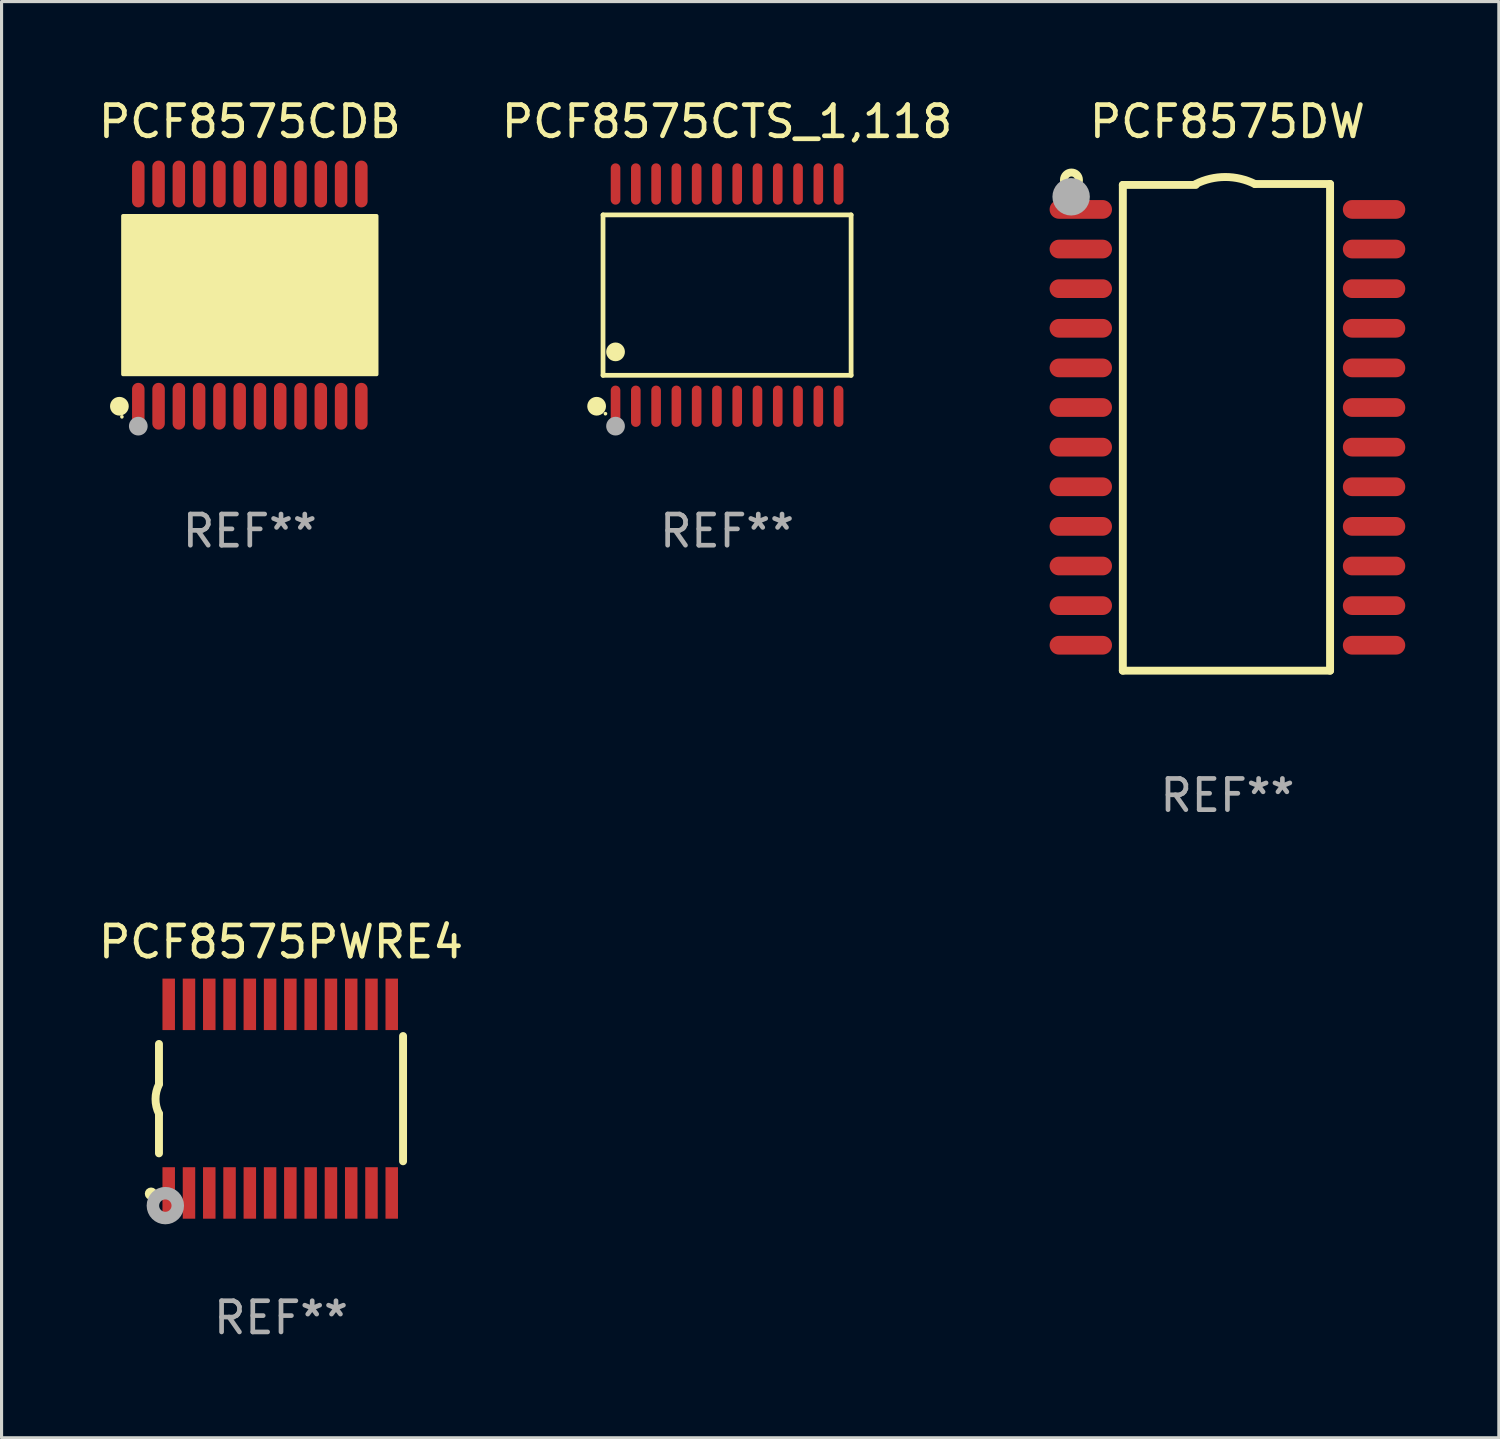
<source format=kicad_pcb>
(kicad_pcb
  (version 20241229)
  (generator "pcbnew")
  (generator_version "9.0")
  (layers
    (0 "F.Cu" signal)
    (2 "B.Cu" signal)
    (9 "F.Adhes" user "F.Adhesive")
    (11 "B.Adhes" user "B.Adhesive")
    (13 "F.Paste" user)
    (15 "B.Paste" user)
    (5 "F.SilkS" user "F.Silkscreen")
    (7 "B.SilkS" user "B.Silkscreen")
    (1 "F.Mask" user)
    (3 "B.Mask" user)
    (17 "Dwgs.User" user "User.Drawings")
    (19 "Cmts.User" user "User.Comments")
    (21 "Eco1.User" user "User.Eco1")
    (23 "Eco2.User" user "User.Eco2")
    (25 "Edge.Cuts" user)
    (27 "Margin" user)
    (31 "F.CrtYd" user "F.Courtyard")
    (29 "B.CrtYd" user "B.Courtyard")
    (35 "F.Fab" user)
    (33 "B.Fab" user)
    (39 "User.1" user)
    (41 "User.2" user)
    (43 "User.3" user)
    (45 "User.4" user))
  (footprint "PCF8575DW"
    (layer "F.Cu")
    (at 36.295 10.648)
    (property "Reference" "PCF8575DW" (at 0 -9.8 0) (layer "F.SilkS") (effects (font (size 1 1) (thickness 0.15))))
    (attr through_hole)
    (fp_line (start -3.353 -7.77) (end -1.016 -7.77) (stroke (width 0.254) (type solid)) (layer "F.SilkS"))
    (fp_line (start -3.353 7.8) (end -3.353 -7.77) (stroke (width 0.254) (type solid)) (layer "F.SilkS"))
    (fp_line (start 0.881 -7.8) (end 3.29 -7.8) (stroke (width 0.254) (type solid)) (layer "F.SilkS"))
    (fp_line (start 3.29 -7.8) (end 3.29 7.8) (stroke (width 0.254) (type solid)) (layer "F.SilkS"))
    (fp_line (start 3.29 7.8) (end -3.353 7.8) (stroke (width 0.254) (type solid)) (layer "F.SilkS"))
    (fp_arc (start -1.015951 -7.800025) (mid -0.067691 -8.023879) (end 0.880569 -7.800025) (stroke (width 0.254001) (type solid)) (layer "F.SilkS"))
    (fp_circle (center -5 -7.927) (end -4.886 -7.927) (stroke (width 0.254) (type solid)) (fill no) (layer "F.SilkS"))
    (fp_circle (center -5.01 -7.39) (end -4.71 -7.39) (stroke (width 0.6) (type solid)) (fill no) (layer "F.Fab"))
    (fp_text user "REF**" (at 0 11.8 0) (layer "F.Fab") (effects (font (size 1 1) (thickness 0.15))))
    (pad "1" smd oval (at -4.7 -6.985 270) (size 0.6 2) (layers "F.Cu" "F.Mask" "F.Paste"))
    (pad "2" smd oval (at -4.7 -5.715 270) (size 0.6 2) (layers "F.Cu" "F.Mask" "F.Paste"))
    (pad "3" smd oval (at -4.7 -4.445 270) (size 0.6 2) (layers "F.Cu" "F.Mask" "F.Paste"))
    (pad "4" smd oval (at -4.7 -3.175 270) (size 0.6 2) (layers "F.Cu" "F.Mask" "F.Paste"))
    (pad "5" smd oval (at -4.7 -1.905 270) (size 0.6 2) (layers "F.Cu" "F.Mask" "F.Paste"))
    (pad "6" smd oval (at -4.7 -0.635 270) (size 0.6 2) (layers "F.Cu" "F.Mask" "F.Paste"))
    (pad "7" smd oval (at -4.7 0.635 270) (size 0.6 2) (layers "F.Cu" "F.Mask" "F.Paste"))
    (pad "8" smd oval (at -4.7 1.905 270) (size 0.6 2) (layers "F.Cu" "F.Mask" "F.Paste"))
    (pad "9" smd oval (at -4.7 3.175 270) (size 0.6 2) (layers "F.Cu" "F.Mask" "F.Paste"))
    (pad "10" smd oval (at -4.7 4.445 270) (size 0.6 2) (layers "F.Cu" "F.Mask" "F.Paste"))
    (pad "11" smd oval (at -4.7 5.715 270) (size 0.6 2) (layers "F.Cu" "F.Mask" "F.Paste"))
    (pad "12" smd oval (at -4.7 6.985 270) (size 0.6 2) (layers "F.Cu" "F.Mask" "F.Paste"))
    (pad "13" smd oval (at 4.7 6.985 270) (size 0.6 2) (layers "F.Cu" "F.Mask" "F.Paste"))
    (pad "14" smd oval (at 4.7 5.715 270) (size 0.6 2) (layers "F.Cu" "F.Mask" "F.Paste"))
    (pad "15" smd oval (at 4.7 4.445 270) (size 0.6 2) (layers "F.Cu" "F.Mask" "F.Paste"))
    (pad "16" smd oval (at 4.7 3.175 270) (size 0.6 2) (layers "F.Cu" "F.Mask" "F.Paste"))
    (pad "17" smd oval (at 4.7 1.905 270) (size 0.6 2) (layers "F.Cu" "F.Mask" "F.Paste"))
    (pad "18" smd oval (at 4.7 0.635 270) (size 0.6 2) (layers "F.Cu" "F.Mask" "F.Paste"))
    (pad "19" smd oval (at 4.7 -0.635 270) (size 0.6 2) (layers "F.Cu" "F.Mask" "F.Paste"))
    (pad "20" smd oval (at 4.7 -1.905 270) (size 0.6 2) (layers "F.Cu" "F.Mask" "F.Paste"))
    (pad "21" smd oval (at 4.7 -3.175 270) (size 0.6 2) (layers "F.Cu" "F.Mask" "F.Paste"))
    (pad "22" smd oval (at 4.7 -4.445 270) (size 0.6 2) (layers "F.Cu" "F.Mask" "F.Paste"))
    (pad "23" smd oval (at 4.7 -5.715 270) (size 0.6 2) (layers "F.Cu" "F.Mask" "F.Paste"))
    (pad "24" smd oval (at 4.7 -6.985 270) (size 0.6 2) (layers "F.Cu" "F.Mask" "F.Paste")))
  (footprint "PCF8575PWRE4"
    (layer "F.Cu")
    (at 5.958 32.167)
    (property "Reference" "PCF8575PWRE4" (at 0 -5.023 0) (layer "F.SilkS") (effects (font (size 1 1) (thickness 0.15))))
    (attr through_hole)
    (fp_line (start -3.912 -0.483) (end -3.912 -1.753) (stroke (width 0.254) (type solid)) (layer "F.SilkS"))
    (fp_line (start -3.912 1.753) (end -3.912 0.483) (stroke (width 0.254) (type solid)) (layer "F.SilkS"))
    (fp_line (start 3.912 -2.007) (end 3.912 2.007) (stroke (width 0.254) (type solid)) (layer "F.SilkS"))
    (fp_arc (start -3.911608 0.482601) (mid -4.022537 0.0127) (end -3.911608 -0.457201) (stroke (width 0.254001) (type solid)) (layer "F.SilkS"))
    (fp_circle (center -4.166 3.048) (end -4.066 3.048) (stroke (width 0.2) (type solid)) (fill no) (layer "F.SilkS"))
    (fp_circle (center -3.925 3.186) (end -3.895 3.186) (stroke (width 0.06) (type solid)) (fill no) (layer "F.SilkS"))
    (fp_circle (center -3.708 3.429) (end -3.509 3.429) (stroke (width 0.4) (type solid)) (fill no) (layer "F.Fab"))
    (fp_text user "REF**" (at 0 7.023 0) (layer "F.Fab") (effects (font (size 1 1) (thickness 0.15))))
    (pad "1" smd rect (at -3.6 3.023) (size 0.4 1.65) (layers "F.Cu" "F.Mask" "F.Paste"))
    (pad "2" smd rect (at -2.95 3.023) (size 0.4 1.65) (layers "F.Cu" "F.Mask" "F.Paste"))
    (pad "3" smd rect (at -2.3 3.023) (size 0.4 1.65) (layers "F.Cu" "F.Mask" "F.Paste"))
    (pad "4" smd rect (at -1.65 3.023) (size 0.4 1.65) (layers "F.Cu" "F.Mask" "F.Paste"))
    (pad "5" smd rect (at -1 3.023) (size 0.4 1.65) (layers "F.Cu" "F.Mask" "F.Paste"))
    (pad "6" smd rect (at -0.35 3.023) (size 0.4 1.65) (layers "F.Cu" "F.Mask" "F.Paste"))
    (pad "7" smd rect (at 0.299 3.023) (size 0.4 1.65) (layers "F.Cu" "F.Mask" "F.Paste"))
    (pad "8" smd rect (at 0.95 3.023) (size 0.4 1.65) (layers "F.Cu" "F.Mask" "F.Paste"))
    (pad "9" smd rect (at 1.6 3.023) (size 0.4 1.65) (layers "F.Cu" "F.Mask" "F.Paste"))
    (pad "10" smd rect (at 2.25 3.023) (size 0.4 1.65) (layers "F.Cu" "F.Mask" "F.Paste"))
    (pad "11" smd rect (at 2.9 3.023) (size 0.4 1.65) (layers "F.Cu" "F.Mask" "F.Paste"))
    (pad "12" smd rect (at 3.549 3.023) (size 0.4 1.65) (layers "F.Cu" "F.Mask" "F.Paste"))
    (pad "13" smd rect (at 3.549 -3.023) (size 0.4 1.65) (layers "F.Cu" "F.Mask" "F.Paste"))
    (pad "14" smd rect (at 2.9 -3.023) (size 0.4 1.65) (layers "F.Cu" "F.Mask" "F.Paste"))
    (pad "15" smd rect (at 2.25 -3.023) (size 0.4 1.65) (layers "F.Cu" "F.Mask" "F.Paste"))
    (pad "16" smd rect (at 1.6 -3.023) (size 0.4 1.65) (layers "F.Cu" "F.Mask" "F.Paste"))
    (pad "17" smd rect (at 0.95 -3.023) (size 0.4 1.65) (layers "F.Cu" "F.Mask" "F.Paste"))
    (pad "18" smd rect (at 0.299 -3.023) (size 0.4 1.65) (layers "F.Cu" "F.Mask" "F.Paste"))
    (pad "19" smd rect (at -0.35 -3.023) (size 0.4 1.65) (layers "F.Cu" "F.Mask" "F.Paste"))
    (pad "20" smd rect (at -1 -3.023) (size 0.4 1.65) (layers "F.Cu" "F.Mask" "F.Paste"))
    (pad "21" smd rect (at -1.65 -3.023) (size 0.4 1.65) (layers "F.Cu" "F.Mask" "F.Paste"))
    (pad "22" smd rect (at -2.3 -3.023) (size 0.4 1.65) (layers "F.Cu" "F.Mask" "F.Paste"))
    (pad "23" smd rect (at -2.95 -3.023) (size 0.4 1.65) (layers "F.Cu" "F.Mask" "F.Paste"))
    (pad "24" smd rect (at -3.6 -3.023) (size 0.4 1.65) (layers "F.Cu" "F.Mask" "F.Paste")))
  (footprint "PCF8575CTS_1,118"
    (layer "F.Cu")
    (at 20.256 6.41)
    (property "Reference" "PCF8575CTS_1,118" (at 0 -5.562 0) (layer "F.SilkS") (effects (font (size 1 1) (thickness 0.15))))
    (attr through_hole)
    (fp_line (start -3.976 -2.571) (end 3.976 -2.571) (stroke (width 0.152) (type solid)) (layer "F.SilkS"))
    (fp_line (start -3.976 2.571) (end -3.976 -2.571) (stroke (width 0.152) (type solid)) (layer "F.SilkS"))
    (fp_line (start 3.976 -2.571) (end 3.976 2.571) (stroke (width 0.152) (type solid)) (layer "F.SilkS"))
    (fp_line (start 3.976 2.571) (end -3.976 2.571) (stroke (width 0.152) (type solid)) (layer "F.SilkS"))
    (fp_circle (center -4.181 3.562) (end -4.031 3.562) (stroke (width 0.3) (type solid)) (fill no) (layer "F.SilkS"))
    (fp_circle (center -3.9 3.8) (end -3.87 3.8) (stroke (width 0.06) (type solid)) (fill no) (layer "F.SilkS"))
    (fp_circle (center -3.575 1.819) (end -3.425 1.819) (stroke (width 0.3) (type solid)) (fill no) (layer "F.SilkS"))
    (fp_circle (center -3.575 4.2) (end -3.425 4.2) (stroke (width 0.3) (type solid)) (fill no) (layer "F.Fab"))
    (fp_text user "REF**" (at 0 7.562 0) (layer "F.Fab") (effects (font (size 1 1) (thickness 0.15))))
    (pad "1" smd oval (at -3.575 3.562) (size 0.308 1.324) (layers "F.Cu" "F.Mask" "F.Paste"))
    (pad "2" smd oval (at -2.925 3.562) (size 0.308 1.324) (layers "F.Cu" "F.Mask" "F.Paste"))
    (pad "3" smd oval (at -2.275 3.562) (size 0.308 1.324) (layers "F.Cu" "F.Mask" "F.Paste"))
    (pad "4" smd oval (at -1.625 3.562) (size 0.308 1.324) (layers "F.Cu" "F.Mask" "F.Paste"))
    (pad "5" smd oval (at -0.975 3.562) (size 0.308 1.324) (layers "F.Cu" "F.Mask" "F.Paste"))
    (pad "6" smd oval (at -0.325 3.562) (size 0.308 1.324) (layers "F.Cu" "F.Mask" "F.Paste"))
    (pad "7" smd oval (at 0.325 3.562) (size 0.308 1.324) (layers "F.Cu" "F.Mask" "F.Paste"))
    (pad "8" smd oval (at 0.975 3.562) (size 0.308 1.324) (layers "F.Cu" "F.Mask" "F.Paste"))
    (pad "9" smd oval (at 1.625 3.562) (size 0.308 1.324) (layers "F.Cu" "F.Mask" "F.Paste"))
    (pad "10" smd oval (at 2.275 3.562) (size 0.308 1.324) (layers "F.Cu" "F.Mask" "F.Paste"))
    (pad "11" smd oval (at 2.925 3.562) (size 0.308 1.324) (layers "F.Cu" "F.Mask" "F.Paste"))
    (pad "12" smd oval (at 3.575 3.562) (size 0.308 1.324) (layers "F.Cu" "F.Mask" "F.Paste"))
    (pad "13" smd oval (at 3.575 -3.562) (size 0.308 1.324) (layers "F.Cu" "F.Mask" "F.Paste"))
    (pad "14" smd oval (at 2.925 -3.562) (size 0.308 1.324) (layers "F.Cu" "F.Mask" "F.Paste"))
    (pad "15" smd oval (at 2.275 -3.562) (size 0.308 1.324) (layers "F.Cu" "F.Mask" "F.Paste"))
    (pad "16" smd oval (at 1.625 -3.562) (size 0.308 1.324) (layers "F.Cu" "F.Mask" "F.Paste"))
    (pad "17" smd oval (at 0.975 -3.562) (size 0.308 1.324) (layers "F.Cu" "F.Mask" "F.Paste"))
    (pad "18" smd oval (at 0.325 -3.562) (size 0.308 1.324) (layers "F.Cu" "F.Mask" "F.Paste"))
    (pad "19" smd oval (at -0.325 -3.562) (size 0.308 1.324) (layers "F.Cu" "F.Mask" "F.Paste"))
    (pad "20" smd oval (at -0.975 -3.562) (size 0.308 1.324) (layers "F.Cu" "F.Mask" "F.Paste"))
    (pad "21" smd oval (at -1.625 -3.562) (size 0.308 1.324) (layers "F.Cu" "F.Mask" "F.Paste"))
    (pad "22" smd oval (at -2.275 -3.562) (size 0.308 1.324) (layers "F.Cu" "F.Mask" "F.Paste"))
    (pad "23" smd oval (at -2.925 -3.562) (size 0.308 1.324) (layers "F.Cu" "F.Mask" "F.Paste"))
    (pad "24" smd oval (at -3.575 -3.562) (size 0.308 1.324) (layers "F.Cu" "F.Mask" "F.Paste")))
  (footprint "PCF8575CDB"
    (layer "F.Cu")
    (at 4.958 6.41)
    (property "Reference" "PCF8575CDB" (at 0 -5.562 0) (layer "F.SilkS") (effects (font (size 1 1) (thickness 0.15))))
    (attr through_hole)
    (fp_circle (center -4.181 3.562) (end -4.031 3.562) (stroke (width 0.3) (type solid)) (fill no) (layer "F.SilkS"))
    (fp_circle (center -4.1 3.9) (end -4.07 3.9) (stroke (width 0.06) (type solid)) (fill no) (layer "F.SilkS"))
    (fp_circle (center -3.575 1.819) (end -3.425 1.819) (stroke (width 0.3) (type solid)) (fill no) (layer "F.SilkS"))
    (fp_poly (pts (xy -4.064 -2.54) (xy 4.064 -2.54) (xy 4.064 2.54) (xy -4.064 2.54)) (stroke (width 0.12) (type solid)) (fill yes) (layer "F.SilkS"))
    (fp_circle (center -3.575 4.2) (end -3.425 4.2) (stroke (width 0.3) (type solid)) (fill no) (layer "F.Fab"))
    (fp_text user "REF**" (at 0 7.562 0) (layer "F.Fab") (effects (font (size 1 1) (thickness 0.15))))
    (pad "1" smd oval (at -3.575 3.562) (size 0.4 1.5) (layers "F.Cu" "F.Mask" "F.Paste"))
    (pad "2" smd oval (at -2.925 3.562) (size 0.4 1.5) (layers "F.Cu" "F.Mask" "F.Paste"))
    (pad "3" smd oval (at -2.275 3.562) (size 0.4 1.5) (layers "F.Cu" "F.Mask" "F.Paste"))
    (pad "4" smd oval (at -1.625 3.562) (size 0.4 1.5) (layers "F.Cu" "F.Mask" "F.Paste"))
    (pad "5" smd oval (at -0.975 3.562) (size 0.4 1.5) (layers "F.Cu" "F.Mask" "F.Paste"))
    (pad "6" smd oval (at -0.325 3.562) (size 0.4 1.5) (layers "F.Cu" "F.Mask" "F.Paste"))
    (pad "7" smd oval (at 0.325 3.562) (size 0.4 1.5) (layers "F.Cu" "F.Mask" "F.Paste"))
    (pad "8" smd oval (at 0.975 3.562) (size 0.4 1.5) (layers "F.Cu" "F.Mask" "F.Paste"))
    (pad "9" smd oval (at 1.625 3.562) (size 0.4 1.5) (layers "F.Cu" "F.Mask" "F.Paste"))
    (pad "10" smd oval (at 2.275 3.562) (size 0.4 1.5) (layers "F.Cu" "F.Mask" "F.Paste"))
    (pad "11" smd oval (at 2.925 3.562) (size 0.4 1.5) (layers "F.Cu" "F.Mask" "F.Paste"))
    (pad "12" smd oval (at 3.575 3.562) (size 0.4 1.5) (layers "F.Cu" "F.Mask" "F.Paste"))
    (pad "13" smd oval (at 3.575 -3.562) (size 0.4 1.5) (layers "F.Cu" "F.Mask" "F.Paste"))
    (pad "14" smd oval (at 2.925 -3.562) (size 0.4 1.5) (layers "F.Cu" "F.Mask" "F.Paste"))
    (pad "15" smd oval (at 2.275 -3.562) (size 0.4 1.5) (layers "F.Cu" "F.Mask" "F.Paste"))
    (pad "16" smd oval (at 1.625 -3.562) (size 0.4 1.5) (layers "F.Cu" "F.Mask" "F.Paste"))
    (pad "17" smd oval (at 0.975 -3.562) (size 0.4 1.5) (layers "F.Cu" "F.Mask" "F.Paste"))
    (pad "18" smd oval (at 0.325 -3.562) (size 0.4 1.5) (layers "F.Cu" "F.Mask" "F.Paste"))
    (pad "19" smd oval (at -0.325 -3.562) (size 0.4 1.5) (layers "F.Cu" "F.Mask" "F.Paste"))
    (pad "20" smd oval (at -0.975 -3.562) (size 0.4 1.5) (layers "F.Cu" "F.Mask" "F.Paste"))
    (pad "21" smd oval (at -1.625 -3.562) (size 0.4 1.5) (layers "F.Cu" "F.Mask" "F.Paste"))
    (pad "22" smd oval (at -2.275 -3.562) (size 0.4 1.5) (layers "F.Cu" "F.Mask" "F.Paste"))
    (pad "23" smd oval (at -2.925 -3.562) (size 0.4 1.5) (layers "F.Cu" "F.Mask" "F.Paste"))
    (pad "24" smd oval (at -3.575 -3.562) (size 0.4 1.5) (layers "F.Cu" "F.Mask" "F.Paste")))
  (gr_rect
    (start -3 -3)
    (end 44.995 43.038)
    (stroke (width 0.1) (type default))
    (fill no)
    (layer "Edge.Cuts")))
</source>
